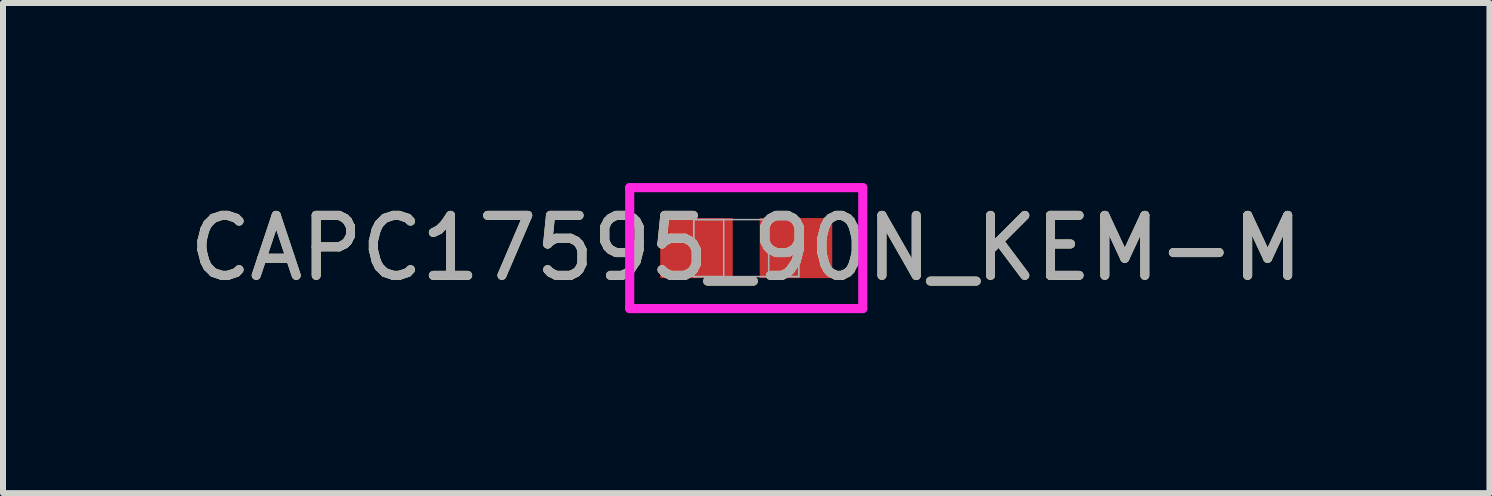
<source format=kicad_pcb>
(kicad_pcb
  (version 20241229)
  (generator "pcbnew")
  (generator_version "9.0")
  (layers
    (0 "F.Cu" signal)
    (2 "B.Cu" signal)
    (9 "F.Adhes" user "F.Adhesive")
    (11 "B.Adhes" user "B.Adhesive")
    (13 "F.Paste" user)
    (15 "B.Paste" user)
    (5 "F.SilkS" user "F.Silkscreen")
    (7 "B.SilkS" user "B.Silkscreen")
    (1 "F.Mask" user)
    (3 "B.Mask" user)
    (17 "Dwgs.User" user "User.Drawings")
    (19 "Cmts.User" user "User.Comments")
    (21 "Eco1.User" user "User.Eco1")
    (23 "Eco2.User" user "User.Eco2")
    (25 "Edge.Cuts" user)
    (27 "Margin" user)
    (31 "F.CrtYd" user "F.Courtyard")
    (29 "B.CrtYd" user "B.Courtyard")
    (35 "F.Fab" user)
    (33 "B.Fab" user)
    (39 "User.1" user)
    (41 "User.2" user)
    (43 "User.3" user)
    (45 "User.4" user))
  (footprint "CAPC17595_90N_KEM-M"
    (layer "F.Cu")
    (at 9.387 1.085)
    (property "Reference" "CAPC17595_90N_KEM-M" (at 0 0 0) (unlocked yes) (layer "F.SilkS") (effects (font (size 1 1) (thickness 0.15))))
    (attr smd)
    (fp_line (start -1.942 -1.008) (end 1.942 -1.008) (stroke (width 0.152) (type solid)) (layer "F.CrtYd"))
    (fp_line (start -1.942 1.008) (end -1.942 -1.008) (stroke (width 0.152) (type solid)) (layer "F.CrtYd"))
    (fp_line (start 1.942 -1.008) (end 1.942 1.008) (stroke (width 0.152) (type solid)) (layer "F.CrtYd"))
    (fp_line (start 1.942 1.008) (end -1.942 1.008) (stroke (width 0.152) (type solid)) (layer "F.CrtYd"))
    (fp_line (start -0.875 -0.475) (end -0.875 0.475) (stroke (width 0.025) (type solid)) (layer "F.Fab"))
    (fp_line (start -0.875 -0.475) (end -0.875 0.475) (stroke (width 0.025) (type solid)) (layer "F.Fab"))
    (fp_line (start -0.875 0.475) (end -0.375 0.475) (stroke (width 0.025) (type solid)) (layer "F.Fab"))
    (fp_line (start -0.875 0.475) (end 0.875 0.475) (stroke (width 0.025) (type solid)) (layer "F.Fab"))
    (fp_line (start -0.375 -0.475) (end -0.875 -0.475) (stroke (width 0.025) (type solid)) (layer "F.Fab"))
    (fp_line (start -0.375 0.475) (end -0.375 -0.475) (stroke (width 0.025) (type solid)) (layer "F.Fab"))
    (fp_line (start 0.375 -0.475) (end 0.375 0.475) (stroke (width 0.025) (type solid)) (layer "F.Fab"))
    (fp_line (start 0.375 0.475) (end 0.875 0.475) (stroke (width 0.025) (type solid)) (layer "F.Fab"))
    (fp_line (start 0.875 -0.475) (end -0.875 -0.475) (stroke (width 0.025) (type solid)) (layer "F.Fab"))
    (fp_line (start 0.875 -0.475) (end 0.375 -0.475) (stroke (width 0.025) (type solid)) (layer "F.Fab"))
    (fp_line (start 0.875 0.475) (end 0.875 -0.475) (stroke (width 0.025) (type solid)) (layer "F.Fab"))
    (fp_line (start 0.875 0.475) (end 0.875 -0.475) (stroke (width 0.025) (type solid)) (layer "F.Fab"))
    (fp_text user "${REFERENCE}" (at 0 0 0) (unlocked yes) (layer "F.Fab") (effects (font (size 1 1) (thickness 0.15))))
    (pad "1" smd rect (at -0.829 0) (size 1.209 1.001) (layers "F.Cu" "F.Mask" "F.Paste"))
    (pad "2" smd rect (at 0.829 0) (size 1.209 1.001) (layers "F.Cu" "F.Mask" "F.Paste"))
    (zone (net_name "") (layer "F.Cu") (hatch full 0.508) (connect_pads) (min_thickness 0.254) (filled_areas_thickness no) (keepout (tracks not_allowed) (vias not_allowed) (pads allowed) (copperpour not_allowed) (footprints allowed)) (placement (enabled no)) (fill) (polygon (pts (xy 9.213 0.66) (xy 9.561 0.66) (xy 9.561 1.509) (xy 9.213 1.509)))))
  (gr_rect
    (start -3 -3)
    (end 21.774 5.169)
    (stroke (width 0.1) (type default))
    (fill no)
    (layer "Edge.Cuts")))
</source>
